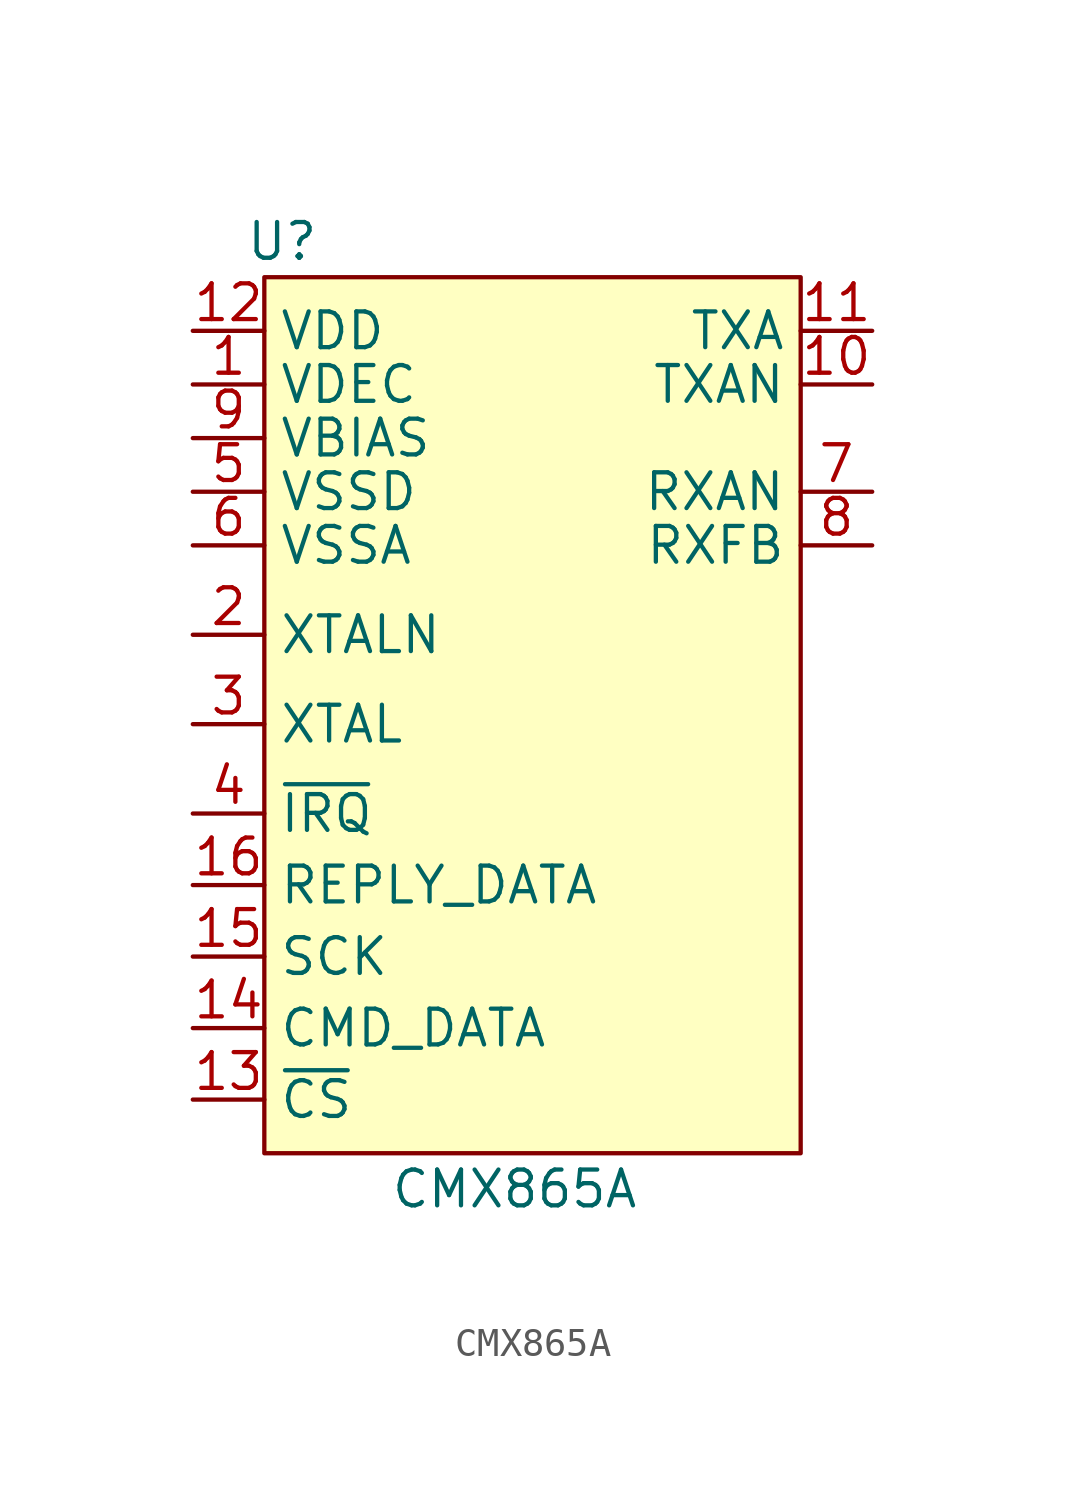
<source format=kicad_sym>
(kicad_symbol_lib
  (version 20211014)
  (generator kicad_symbol_editor)
  (symbol "CMX865A"
    (property "Reference" "U"
      (at -8.89 25.4 0)
      (effects (font (size 1.27 1.27))))
    (property "Value" "CMX865A"
      (at -0.635 -8.255 0)
      (effects (font (size 1.27 1.27))))
    (symbol "CMX865A_0_1"
      (rectangle (start -9.525 24.13) (end 9.525 -6.985) (stroke (width 0) (type default) (color 0 0 0 0)) (fill (type background))))
    (symbol "CMX865A_1_1"
      (pin passive line (at -12.065 20.32 0) (length 2.54) (name "VDEC" (effects (font (size 1.27 1.27)))) (number "1" (effects (font (size 1.27 1.27)))))
      (pin passive line (at 12.065 20.32 180) (length 2.54) (name "TXAN" (effects (font (size 1.27 1.27)))) (number "10" (effects (font (size 1.27 1.27)))))
      (pin passive line (at 12.065 22.225 180) (length 2.54) (name "TXA" (effects (font (size 1.27 1.27)))) (number "11" (effects (font (size 1.27 1.27)))))
      (pin passive line (at -12.065 22.225 0) (length 2.54) (name "VDD" (effects (font (size 1.27 1.27)))) (number "12" (effects (font (size 1.27 1.27)))))
      (pin passive line (at -12.065 -5.08 0) (length 2.54) (name "~{CS}" (effects (font (size 1.27 1.27)))) (number "13" (effects (font (size 1.27 1.27)))))
      (pin passive line (at -12.065 -2.54 0) (length 2.54) (name "CMD_DATA" (effects (font (size 1.27 1.27)))) (number "14" (effects (font (size 1.27 1.27)))))
      (pin passive line (at -12.065 0 0) (length 2.54) (name "SCK" (effects (font (size 1.27 1.27)))) (number "15" (effects (font (size 1.27 1.27)))))
      (pin passive line (at -12.065 2.54 0) (length 2.54) (name "REPLY_DATA" (effects (font (size 1.27 1.27)))) (number "16" (effects (font (size 1.27 1.27)))))
      (pin passive line (at -12.065 11.43 0) (length 2.54) (name "XTALN" (effects (font (size 1.27 1.27)))) (number "2" (effects (font (size 1.27 1.27)))))
      (pin passive line (at -12.065 8.255 0) (length 2.54) (name "XTAL" (effects (font (size 1.27 1.27)))) (number "3" (effects (font (size 1.27 1.27)))))
      (pin passive line (at -12.065 5.08 0) (length 2.54) (name "~{IRQ}" (effects (font (size 1.27 1.27)))) (number "4" (effects (font (size 1.27 1.27)))))
      (pin passive line (at -12.065 16.51 0) (length 2.54) (name "VSSD" (effects (font (size 1.27 1.27)))) (number "5" (effects (font (size 1.27 1.27)))))
      (pin passive line (at -12.065 14.605 0) (length 2.54) (name "VSSA" (effects (font (size 1.27 1.27)))) (number "6" (effects (font (size 1.27 1.27)))))
      (pin input line (at 12.065 16.51 180) (length 2.54) (name "RXAN" (effects (font (size 1.27 1.27)))) (number "7" (effects (font (size 1.27 1.27)))))
      (pin output line (at 12.065 14.605 180) (length 2.54) (name "RXFB" (effects (font (size 1.27 1.27)))) (number "8" (effects (font (size 1.27 1.27)))))
      (pin passive line (at -12.065 18.415 0) (length 2.54) (name "VBIAS" (effects (font (size 1.27 1.27)))) (number "9" (effects (font (size 1.27 1.27))))))))
</source>
